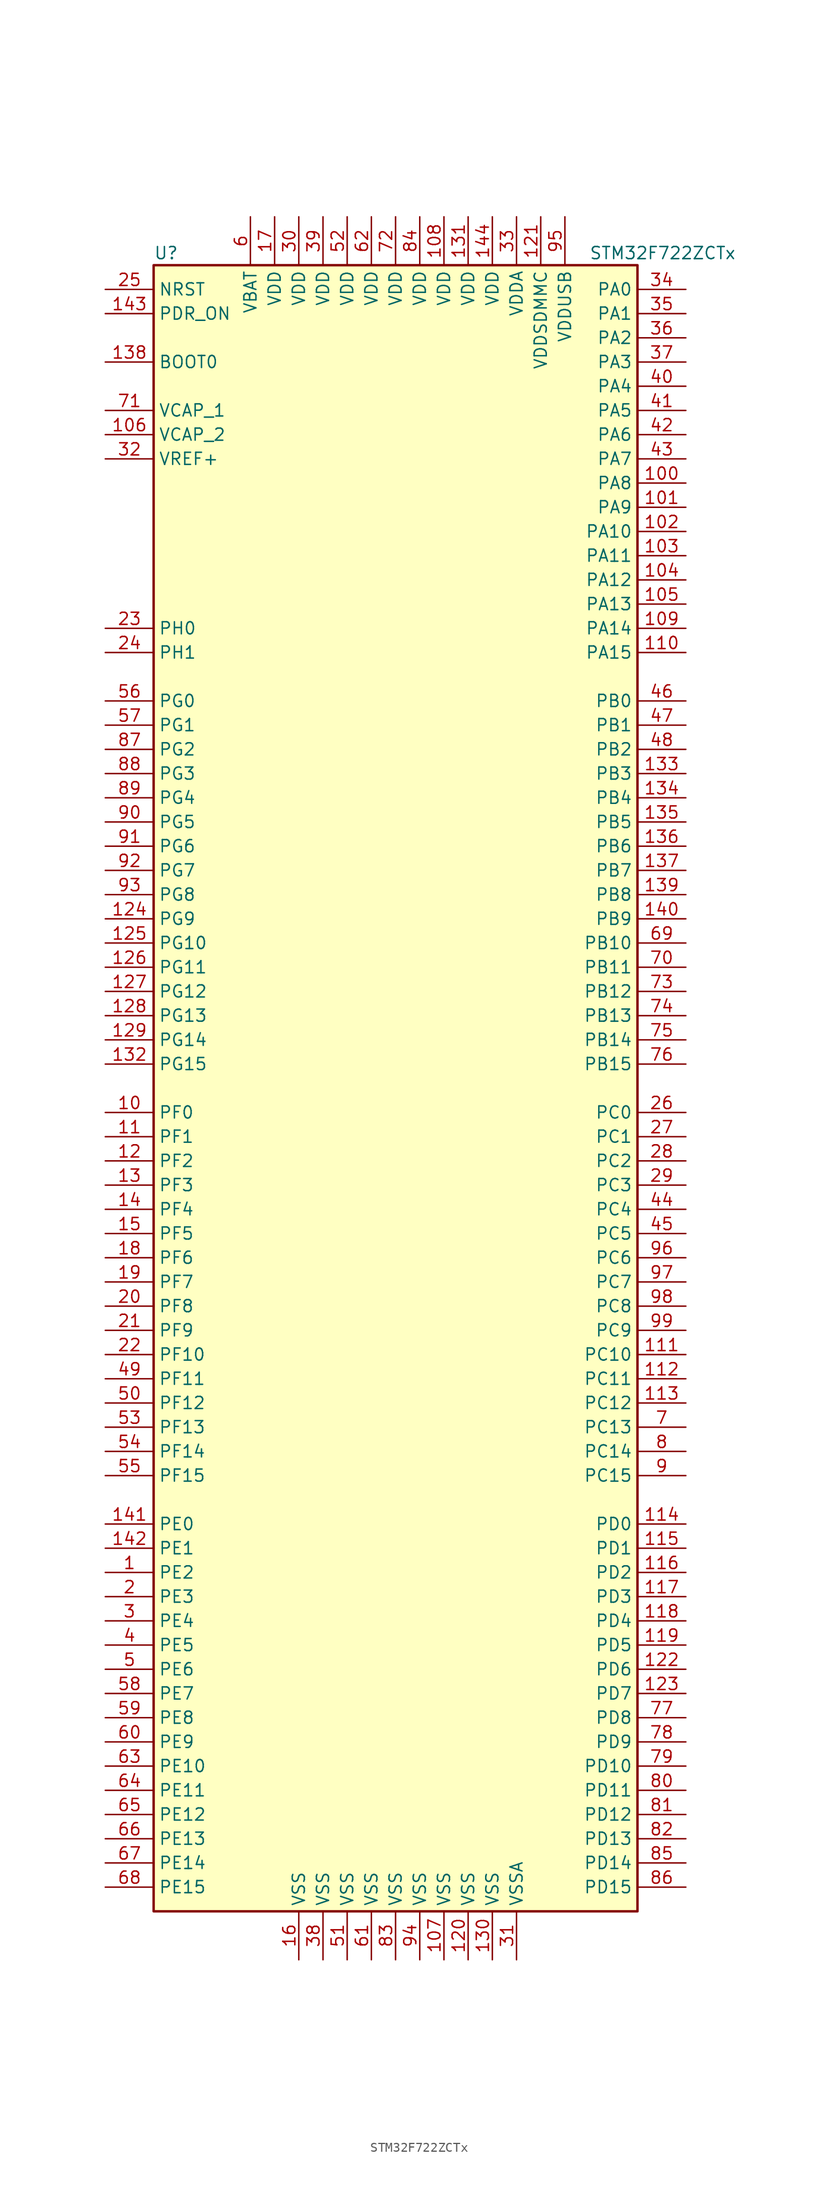
<source format=kicad_sym>
(kicad_symbol_lib
  (version 20220914)
  (generator kicad_symbol_editor)
  (symbol "STM32F722ZCTx"
    (property "Reference" "U"
      (at -25.4 87.63 0)
      (effects (font (size 1.27 1.27)) (justify left)))
    (property "Value" "STM32F722ZCTx"
      (at 20.32 87.63 0)
      (effects (font (size 1.27 1.27)) (justify left)))
    (symbol "STM32F722ZCTx_0_1"
      (rectangle (start -25.4 -86.36) (end 25.4 86.36) (stroke (width 0.254) (type default)) (fill (type background))))
    (symbol "STM32F722ZCTx_1_1"
      (pin bidirectional line (at -30.48 -50.8 0) (length 5.08) (name "PE2" (effects (font (size 1.27 1.27)))) (number "1" (effects (font (size 1.27 1.27)))))
      (pin bidirectional line (at -30.48 -2.54 0) (length 5.08) (name "PF0" (effects (font (size 1.27 1.27)))) (number "10" (effects (font (size 1.27 1.27)))))
      (pin bidirectional line (at 30.48 63.5 180) (length 5.08) (name "PA8" (effects (font (size 1.27 1.27)))) (number "100" (effects (font (size 1.27 1.27)))))
      (pin bidirectional line (at 30.48 60.96 180) (length 5.08) (name "PA9" (effects (font (size 1.27 1.27)))) (number "101" (effects (font (size 1.27 1.27)))))
      (pin bidirectional line (at 30.48 58.42 180) (length 5.08) (name "PA10" (effects (font (size 1.27 1.27)))) (number "102" (effects (font (size 1.27 1.27)))))
      (pin bidirectional line (at 30.48 55.88 180) (length 5.08) (name "PA11" (effects (font (size 1.27 1.27)))) (number "103" (effects (font (size 1.27 1.27)))))
      (pin bidirectional line (at 30.48 53.34 180) (length 5.08) (name "PA12" (effects (font (size 1.27 1.27)))) (number "104" (effects (font (size 1.27 1.27)))))
      (pin bidirectional line (at 30.48 50.8 180) (length 5.08) (name "PA13" (effects (font (size 1.27 1.27)))) (number "105" (effects (font (size 1.27 1.27)))))
      (pin power_in line (at -30.48 68.58 0) (length 5.08) (name "VCAP_2" (effects (font (size 1.27 1.27)))) (number "106" (effects (font (size 1.27 1.27)))))
      (pin power_in line (at 5.08 -91.44 90) (length 5.08) (name "VSS" (effects (font (size 1.27 1.27)))) (number "107" (effects (font (size 1.27 1.27)))))
      (pin power_in line (at 5.08 91.44 270) (length 5.08) (name "VDD" (effects (font (size 1.27 1.27)))) (number "108" (effects (font (size 1.27 1.27)))))
      (pin bidirectional line (at 30.48 48.26 180) (length 5.08) (name "PA14" (effects (font (size 1.27 1.27)))) (number "109" (effects (font (size 1.27 1.27)))))
      (pin bidirectional line (at -30.48 -5.08 0) (length 5.08) (name "PF1" (effects (font (size 1.27 1.27)))) (number "11" (effects (font (size 1.27 1.27)))))
      (pin bidirectional line (at 30.48 45.72 180) (length 5.08) (name "PA15" (effects (font (size 1.27 1.27)))) (number "110" (effects (font (size 1.27 1.27)))))
      (pin bidirectional line (at 30.48 -27.94 180) (length 5.08) (name "PC10" (effects (font (size 1.27 1.27)))) (number "111" (effects (font (size 1.27 1.27)))))
      (pin bidirectional line (at 30.48 -30.48 180) (length 5.08) (name "PC11" (effects (font (size 1.27 1.27)))) (number "112" (effects (font (size 1.27 1.27)))))
      (pin bidirectional line (at 30.48 -33.02 180) (length 5.08) (name "PC12" (effects (font (size 1.27 1.27)))) (number "113" (effects (font (size 1.27 1.27)))))
      (pin bidirectional line (at 30.48 -45.72 180) (length 5.08) (name "PD0" (effects (font (size 1.27 1.27)))) (number "114" (effects (font (size 1.27 1.27)))))
      (pin bidirectional line (at 30.48 -48.26 180) (length 5.08) (name "PD1" (effects (font (size 1.27 1.27)))) (number "115" (effects (font (size 1.27 1.27)))))
      (pin bidirectional line (at 30.48 -50.8 180) (length 5.08) (name "PD2" (effects (font (size 1.27 1.27)))) (number "116" (effects (font (size 1.27 1.27)))))
      (pin bidirectional line (at 30.48 -53.34 180) (length 5.08) (name "PD3" (effects (font (size 1.27 1.27)))) (number "117" (effects (font (size 1.27 1.27)))))
      (pin bidirectional line (at 30.48 -55.88 180) (length 5.08) (name "PD4" (effects (font (size 1.27 1.27)))) (number "118" (effects (font (size 1.27 1.27)))))
      (pin bidirectional line (at 30.48 -58.42 180) (length 5.08) (name "PD5" (effects (font (size 1.27 1.27)))) (number "119" (effects (font (size 1.27 1.27)))))
      (pin bidirectional line (at -30.48 -7.62 0) (length 5.08) (name "PF2" (effects (font (size 1.27 1.27)))) (number "12" (effects (font (size 1.27 1.27)))))
      (pin power_in line (at 7.62 -91.44 90) (length 5.08) (name "VSS" (effects (font (size 1.27 1.27)))) (number "120" (effects (font (size 1.27 1.27)))))
      (pin power_in line (at 15.24 91.44 270) (length 5.08) (name "VDDSDMMC" (effects (font (size 1.27 1.27)))) (number "121" (effects (font (size 1.27 1.27)))))
      (pin bidirectional line (at 30.48 -60.96 180) (length 5.08) (name "PD6" (effects (font (size 1.27 1.27)))) (number "122" (effects (font (size 1.27 1.27)))))
      (pin bidirectional line (at 30.48 -63.5 180) (length 5.08) (name "PD7" (effects (font (size 1.27 1.27)))) (number "123" (effects (font (size 1.27 1.27)))))
      (pin bidirectional line (at -30.48 17.78 0) (length 5.08) (name "PG9" (effects (font (size 1.27 1.27)))) (number "124" (effects (font (size 1.27 1.27)))))
      (pin bidirectional line (at -30.48 15.24 0) (length 5.08) (name "PG10" (effects (font (size 1.27 1.27)))) (number "125" (effects (font (size 1.27 1.27)))))
      (pin bidirectional line (at -30.48 12.7 0) (length 5.08) (name "PG11" (effects (font (size 1.27 1.27)))) (number "126" (effects (font (size 1.27 1.27)))))
      (pin bidirectional line (at -30.48 10.16 0) (length 5.08) (name "PG12" (effects (font (size 1.27 1.27)))) (number "127" (effects (font (size 1.27 1.27)))))
      (pin bidirectional line (at -30.48 7.62 0) (length 5.08) (name "PG13" (effects (font (size 1.27 1.27)))) (number "128" (effects (font (size 1.27 1.27)))))
      (pin bidirectional line (at -30.48 5.08 0) (length 5.08) (name "PG14" (effects (font (size 1.27 1.27)))) (number "129" (effects (font (size 1.27 1.27)))))
      (pin bidirectional line (at -30.48 -10.16 0) (length 5.08) (name "PF3" (effects (font (size 1.27 1.27)))) (number "13" (effects (font (size 1.27 1.27)))))
      (pin power_in line (at 10.16 -91.44 90) (length 5.08) (name "VSS" (effects (font (size 1.27 1.27)))) (number "130" (effects (font (size 1.27 1.27)))))
      (pin power_in line (at 7.62 91.44 270) (length 5.08) (name "VDD" (effects (font (size 1.27 1.27)))) (number "131" (effects (font (size 1.27 1.27)))))
      (pin bidirectional line (at -30.48 2.54 0) (length 5.08) (name "PG15" (effects (font (size 1.27 1.27)))) (number "132" (effects (font (size 1.27 1.27)))))
      (pin bidirectional line (at 30.48 33.02 180) (length 5.08) (name "PB3" (effects (font (size 1.27 1.27)))) (number "133" (effects (font (size 1.27 1.27)))))
      (pin bidirectional line (at 30.48 30.48 180) (length 5.08) (name "PB4" (effects (font (size 1.27 1.27)))) (number "134" (effects (font (size 1.27 1.27)))))
      (pin bidirectional line (at 30.48 27.94 180) (length 5.08) (name "PB5" (effects (font (size 1.27 1.27)))) (number "135" (effects (font (size 1.27 1.27)))))
      (pin bidirectional line (at 30.48 25.4 180) (length 5.08) (name "PB6" (effects (font (size 1.27 1.27)))) (number "136" (effects (font (size 1.27 1.27)))))
      (pin bidirectional line (at 30.48 22.86 180) (length 5.08) (name "PB7" (effects (font (size 1.27 1.27)))) (number "137" (effects (font (size 1.27 1.27)))))
      (pin input line (at -30.48 76.2 0) (length 5.08) (name "BOOT0" (effects (font (size 1.27 1.27)))) (number "138" (effects (font (size 1.27 1.27)))))
      (pin bidirectional line (at 30.48 20.32 180) (length 5.08) (name "PB8" (effects (font (size 1.27 1.27)))) (number "139" (effects (font (size 1.27 1.27)))))
      (pin bidirectional line (at -30.48 -12.7 0) (length 5.08) (name "PF4" (effects (font (size 1.27 1.27)))) (number "14" (effects (font (size 1.27 1.27)))))
      (pin bidirectional line (at 30.48 17.78 180) (length 5.08) (name "PB9" (effects (font (size 1.27 1.27)))) (number "140" (effects (font (size 1.27 1.27)))))
      (pin bidirectional line (at -30.48 -45.72 0) (length 5.08) (name "PE0" (effects (font (size 1.27 1.27)))) (number "141" (effects (font (size 1.27 1.27)))))
      (pin bidirectional line (at -30.48 -48.26 0) (length 5.08) (name "PE1" (effects (font (size 1.27 1.27)))) (number "142" (effects (font (size 1.27 1.27)))))
      (pin input line (at -30.48 81.28 0) (length 5.08) (name "PDR_ON" (effects (font (size 1.27 1.27)))) (number "143" (effects (font (size 1.27 1.27)))))
      (pin power_in line (at 10.16 91.44 270) (length 5.08) (name "VDD" (effects (font (size 1.27 1.27)))) (number "144" (effects (font (size 1.27 1.27)))))
      (pin bidirectional line (at -30.48 -15.24 0) (length 5.08) (name "PF5" (effects (font (size 1.27 1.27)))) (number "15" (effects (font (size 1.27 1.27)))))
      (pin power_in line (at -10.16 -91.44 90) (length 5.08) (name "VSS" (effects (font (size 1.27 1.27)))) (number "16" (effects (font (size 1.27 1.27)))))
      (pin power_in line (at -12.7 91.44 270) (length 5.08) (name "VDD" (effects (font (size 1.27 1.27)))) (number "17" (effects (font (size 1.27 1.27)))))
      (pin bidirectional line (at -30.48 -17.78 0) (length 5.08) (name "PF6" (effects (font (size 1.27 1.27)))) (number "18" (effects (font (size 1.27 1.27)))))
      (pin bidirectional line (at -30.48 -20.32 0) (length 5.08) (name "PF7" (effects (font (size 1.27 1.27)))) (number "19" (effects (font (size 1.27 1.27)))))
      (pin bidirectional line (at -30.48 -53.34 0) (length 5.08) (name "PE3" (effects (font (size 1.27 1.27)))) (number "2" (effects (font (size 1.27 1.27)))))
      (pin bidirectional line (at -30.48 -22.86 0) (length 5.08) (name "PF8" (effects (font (size 1.27 1.27)))) (number "20" (effects (font (size 1.27 1.27)))))
      (pin bidirectional line (at -30.48 -25.4 0) (length 5.08) (name "PF9" (effects (font (size 1.27 1.27)))) (number "21" (effects (font (size 1.27 1.27)))))
      (pin bidirectional line (at -30.48 -27.94 0) (length 5.08) (name "PF10" (effects (font (size 1.27 1.27)))) (number "22" (effects (font (size 1.27 1.27)))))
      (pin input line (at -30.48 48.26 0) (length 5.08) (name "PH0" (effects (font (size 1.27 1.27)))) (number "23" (effects (font (size 1.27 1.27)))))
      (pin input line (at -30.48 45.72 0) (length 5.08) (name "PH1" (effects (font (size 1.27 1.27)))) (number "24" (effects (font (size 1.27 1.27)))))
      (pin input line (at -30.48 83.82 0) (length 5.08) (name "NRST" (effects (font (size 1.27 1.27)))) (number "25" (effects (font (size 1.27 1.27)))))
      (pin bidirectional line (at 30.48 -2.54 180) (length 5.08) (name "PC0" (effects (font (size 1.27 1.27)))) (number "26" (effects (font (size 1.27 1.27)))))
      (pin bidirectional line (at 30.48 -5.08 180) (length 5.08) (name "PC1" (effects (font (size 1.27 1.27)))) (number "27" (effects (font (size 1.27 1.27)))))
      (pin bidirectional line (at 30.48 -7.62 180) (length 5.08) (name "PC2" (effects (font (size 1.27 1.27)))) (number "28" (effects (font (size 1.27 1.27)))))
      (pin bidirectional line (at 30.48 -10.16 180) (length 5.08) (name "PC3" (effects (font (size 1.27 1.27)))) (number "29" (effects (font (size 1.27 1.27)))))
      (pin bidirectional line (at -30.48 -55.88 0) (length 5.08) (name "PE4" (effects (font (size 1.27 1.27)))) (number "3" (effects (font (size 1.27 1.27)))))
      (pin power_in line (at -10.16 91.44 270) (length 5.08) (name "VDD" (effects (font (size 1.27 1.27)))) (number "30" (effects (font (size 1.27 1.27)))))
      (pin power_in line (at 12.7 -91.44 90) (length 5.08) (name "VSSA" (effects (font (size 1.27 1.27)))) (number "31" (effects (font (size 1.27 1.27)))))
      (pin power_in line (at -30.48 66.04 0) (length 5.08) (name "VREF+" (effects (font (size 1.27 1.27)))) (number "32" (effects (font (size 1.27 1.27)))))
      (pin power_in line (at 12.7 91.44 270) (length 5.08) (name "VDDA" (effects (font (size 1.27 1.27)))) (number "33" (effects (font (size 1.27 1.27)))))
      (pin bidirectional line (at 30.48 83.82 180) (length 5.08) (name "PA0" (effects (font (size 1.27 1.27)))) (number "34" (effects (font (size 1.27 1.27)))))
      (pin bidirectional line (at 30.48 81.28 180) (length 5.08) (name "PA1" (effects (font (size 1.27 1.27)))) (number "35" (effects (font (size 1.27 1.27)))))
      (pin bidirectional line (at 30.48 78.74 180) (length 5.08) (name "PA2" (effects (font (size 1.27 1.27)))) (number "36" (effects (font (size 1.27 1.27)))))
      (pin bidirectional line (at 30.48 76.2 180) (length 5.08) (name "PA3" (effects (font (size 1.27 1.27)))) (number "37" (effects (font (size 1.27 1.27)))))
      (pin power_in line (at -7.62 -91.44 90) (length 5.08) (name "VSS" (effects (font (size 1.27 1.27)))) (number "38" (effects (font (size 1.27 1.27)))))
      (pin power_in line (at -7.62 91.44 270) (length 5.08) (name "VDD" (effects (font (size 1.27 1.27)))) (number "39" (effects (font (size 1.27 1.27)))))
      (pin bidirectional line (at -30.48 -58.42 0) (length 5.08) (name "PE5" (effects (font (size 1.27 1.27)))) (number "4" (effects (font (size 1.27 1.27)))))
      (pin bidirectional line (at 30.48 73.66 180) (length 5.08) (name "PA4" (effects (font (size 1.27 1.27)))) (number "40" (effects (font (size 1.27 1.27)))))
      (pin bidirectional line (at 30.48 71.12 180) (length 5.08) (name "PA5" (effects (font (size 1.27 1.27)))) (number "41" (effects (font (size 1.27 1.27)))))
      (pin bidirectional line (at 30.48 68.58 180) (length 5.08) (name "PA6" (effects (font (size 1.27 1.27)))) (number "42" (effects (font (size 1.27 1.27)))))
      (pin bidirectional line (at 30.48 66.04 180) (length 5.08) (name "PA7" (effects (font (size 1.27 1.27)))) (number "43" (effects (font (size 1.27 1.27)))))
      (pin bidirectional line (at 30.48 -12.7 180) (length 5.08) (name "PC4" (effects (font (size 1.27 1.27)))) (number "44" (effects (font (size 1.27 1.27)))))
      (pin bidirectional line (at 30.48 -15.24 180) (length 5.08) (name "PC5" (effects (font (size 1.27 1.27)))) (number "45" (effects (font (size 1.27 1.27)))))
      (pin bidirectional line (at 30.48 40.64 180) (length 5.08) (name "PB0" (effects (font (size 1.27 1.27)))) (number "46" (effects (font (size 1.27 1.27)))))
      (pin bidirectional line (at 30.48 38.1 180) (length 5.08) (name "PB1" (effects (font (size 1.27 1.27)))) (number "47" (effects (font (size 1.27 1.27)))))
      (pin bidirectional line (at 30.48 35.56 180) (length 5.08) (name "PB2" (effects (font (size 1.27 1.27)))) (number "48" (effects (font (size 1.27 1.27)))))
      (pin bidirectional line (at -30.48 -30.48 0) (length 5.08) (name "PF11" (effects (font (size 1.27 1.27)))) (number "49" (effects (font (size 1.27 1.27)))))
      (pin bidirectional line (at -30.48 -60.96 0) (length 5.08) (name "PE6" (effects (font (size 1.27 1.27)))) (number "5" (effects (font (size 1.27 1.27)))))
      (pin bidirectional line (at -30.48 -33.02 0) (length 5.08) (name "PF12" (effects (font (size 1.27 1.27)))) (number "50" (effects (font (size 1.27 1.27)))))
      (pin power_in line (at -5.08 -91.44 90) (length 5.08) (name "VSS" (effects (font (size 1.27 1.27)))) (number "51" (effects (font (size 1.27 1.27)))))
      (pin power_in line (at -5.08 91.44 270) (length 5.08) (name "VDD" (effects (font (size 1.27 1.27)))) (number "52" (effects (font (size 1.27 1.27)))))
      (pin bidirectional line (at -30.48 -35.56 0) (length 5.08) (name "PF13" (effects (font (size 1.27 1.27)))) (number "53" (effects (font (size 1.27 1.27)))))
      (pin bidirectional line (at -30.48 -38.1 0) (length 5.08) (name "PF14" (effects (font (size 1.27 1.27)))) (number "54" (effects (font (size 1.27 1.27)))))
      (pin bidirectional line (at -30.48 -40.64 0) (length 5.08) (name "PF15" (effects (font (size 1.27 1.27)))) (number "55" (effects (font (size 1.27 1.27)))))
      (pin bidirectional line (at -30.48 40.64 0) (length 5.08) (name "PG0" (effects (font (size 1.27 1.27)))) (number "56" (effects (font (size 1.27 1.27)))))
      (pin bidirectional line (at -30.48 38.1 0) (length 5.08) (name "PG1" (effects (font (size 1.27 1.27)))) (number "57" (effects (font (size 1.27 1.27)))))
      (pin bidirectional line (at -30.48 -63.5 0) (length 5.08) (name "PE7" (effects (font (size 1.27 1.27)))) (number "58" (effects (font (size 1.27 1.27)))))
      (pin bidirectional line (at -30.48 -66.04 0) (length 5.08) (name "PE8" (effects (font (size 1.27 1.27)))) (number "59" (effects (font (size 1.27 1.27)))))
      (pin power_in line (at -15.24 91.44 270) (length 5.08) (name "VBAT" (effects (font (size 1.27 1.27)))) (number "6" (effects (font (size 1.27 1.27)))))
      (pin bidirectional line (at -30.48 -68.58 0) (length 5.08) (name "PE9" (effects (font (size 1.27 1.27)))) (number "60" (effects (font (size 1.27 1.27)))))
      (pin power_in line (at -2.54 -91.44 90) (length 5.08) (name "VSS" (effects (font (size 1.27 1.27)))) (number "61" (effects (font (size 1.27 1.27)))))
      (pin power_in line (at -2.54 91.44 270) (length 5.08) (name "VDD" (effects (font (size 1.27 1.27)))) (number "62" (effects (font (size 1.27 1.27)))))
      (pin bidirectional line (at -30.48 -71.12 0) (length 5.08) (name "PE10" (effects (font (size 1.27 1.27)))) (number "63" (effects (font (size 1.27 1.27)))))
      (pin bidirectional line (at -30.48 -73.66 0) (length 5.08) (name "PE11" (effects (font (size 1.27 1.27)))) (number "64" (effects (font (size 1.27 1.27)))))
      (pin bidirectional line (at -30.48 -76.2 0) (length 5.08) (name "PE12" (effects (font (size 1.27 1.27)))) (number "65" (effects (font (size 1.27 1.27)))))
      (pin bidirectional line (at -30.48 -78.74 0) (length 5.08) (name "PE13" (effects (font (size 1.27 1.27)))) (number "66" (effects (font (size 1.27 1.27)))))
      (pin bidirectional line (at -30.48 -81.28 0) (length 5.08) (name "PE14" (effects (font (size 1.27 1.27)))) (number "67" (effects (font (size 1.27 1.27)))))
      (pin bidirectional line (at -30.48 -83.82 0) (length 5.08) (name "PE15" (effects (font (size 1.27 1.27)))) (number "68" (effects (font (size 1.27 1.27)))))
      (pin bidirectional line (at 30.48 15.24 180) (length 5.08) (name "PB10" (effects (font (size 1.27 1.27)))) (number "69" (effects (font (size 1.27 1.27)))))
      (pin bidirectional line (at 30.48 -35.56 180) (length 5.08) (name "PC13" (effects (font (size 1.27 1.27)))) (number "7" (effects (font (size 1.27 1.27)))))
      (pin bidirectional line (at 30.48 12.7 180) (length 5.08) (name "PB11" (effects (font (size 1.27 1.27)))) (number "70" (effects (font (size 1.27 1.27)))))
      (pin power_in line (at -30.48 71.12 0) (length 5.08) (name "VCAP_1" (effects (font (size 1.27 1.27)))) (number "71" (effects (font (size 1.27 1.27)))))
      (pin power_in line (at 0 91.44 270) (length 5.08) (name "VDD" (effects (font (size 1.27 1.27)))) (number "72" (effects (font (size 1.27 1.27)))))
      (pin bidirectional line (at 30.48 10.16 180) (length 5.08) (name "PB12" (effects (font (size 1.27 1.27)))) (number "73" (effects (font (size 1.27 1.27)))))
      (pin bidirectional line (at 30.48 7.62 180) (length 5.08) (name "PB13" (effects (font (size 1.27 1.27)))) (number "74" (effects (font (size 1.27 1.27)))))
      (pin bidirectional line (at 30.48 5.08 180) (length 5.08) (name "PB14" (effects (font (size 1.27 1.27)))) (number "75" (effects (font (size 1.27 1.27)))))
      (pin bidirectional line (at 30.48 2.54 180) (length 5.08) (name "PB15" (effects (font (size 1.27 1.27)))) (number "76" (effects (font (size 1.27 1.27)))))
      (pin bidirectional line (at 30.48 -66.04 180) (length 5.08) (name "PD8" (effects (font (size 1.27 1.27)))) (number "77" (effects (font (size 1.27 1.27)))))
      (pin bidirectional line (at 30.48 -68.58 180) (length 5.08) (name "PD9" (effects (font (size 1.27 1.27)))) (number "78" (effects (font (size 1.27 1.27)))))
      (pin bidirectional line (at 30.48 -71.12 180) (length 5.08) (name "PD10" (effects (font (size 1.27 1.27)))) (number "79" (effects (font (size 1.27 1.27)))))
      (pin bidirectional line (at 30.48 -38.1 180) (length 5.08) (name "PC14" (effects (font (size 1.27 1.27)))) (number "8" (effects (font (size 1.27 1.27)))))
      (pin bidirectional line (at 30.48 -73.66 180) (length 5.08) (name "PD11" (effects (font (size 1.27 1.27)))) (number "80" (effects (font (size 1.27 1.27)))))
      (pin bidirectional line (at 30.48 -76.2 180) (length 5.08) (name "PD12" (effects (font (size 1.27 1.27)))) (number "81" (effects (font (size 1.27 1.27)))))
      (pin bidirectional line (at 30.48 -78.74 180) (length 5.08) (name "PD13" (effects (font (size 1.27 1.27)))) (number "82" (effects (font (size 1.27 1.27)))))
      (pin power_in line (at 0 -91.44 90) (length 5.08) (name "VSS" (effects (font (size 1.27 1.27)))) (number "83" (effects (font (size 1.27 1.27)))))
      (pin power_in line (at 2.54 91.44 270) (length 5.08) (name "VDD" (effects (font (size 1.27 1.27)))) (number "84" (effects (font (size 1.27 1.27)))))
      (pin bidirectional line (at 30.48 -81.28 180) (length 5.08) (name "PD14" (effects (font (size 1.27 1.27)))) (number "85" (effects (font (size 1.27 1.27)))))
      (pin bidirectional line (at 30.48 -83.82 180) (length 5.08) (name "PD15" (effects (font (size 1.27 1.27)))) (number "86" (effects (font (size 1.27 1.27)))))
      (pin bidirectional line (at -30.48 35.56 0) (length 5.08) (name "PG2" (effects (font (size 1.27 1.27)))) (number "87" (effects (font (size 1.27 1.27)))))
      (pin bidirectional line (at -30.48 33.02 0) (length 5.08) (name "PG3" (effects (font (size 1.27 1.27)))) (number "88" (effects (font (size 1.27 1.27)))))
      (pin bidirectional line (at -30.48 30.48 0) (length 5.08) (name "PG4" (effects (font (size 1.27 1.27)))) (number "89" (effects (font (size 1.27 1.27)))))
      (pin bidirectional line (at 30.48 -40.64 180) (length 5.08) (name "PC15" (effects (font (size 1.27 1.27)))) (number "9" (effects (font (size 1.27 1.27)))))
      (pin bidirectional line (at -30.48 27.94 0) (length 5.08) (name "PG5" (effects (font (size 1.27 1.27)))) (number "90" (effects (font (size 1.27 1.27)))))
      (pin bidirectional line (at -30.48 25.4 0) (length 5.08) (name "PG6" (effects (font (size 1.27 1.27)))) (number "91" (effects (font (size 1.27 1.27)))))
      (pin bidirectional line (at -30.48 22.86 0) (length 5.08) (name "PG7" (effects (font (size 1.27 1.27)))) (number "92" (effects (font (size 1.27 1.27)))))
      (pin bidirectional line (at -30.48 20.32 0) (length 5.08) (name "PG8" (effects (font (size 1.27 1.27)))) (number "93" (effects (font (size 1.27 1.27)))))
      (pin power_in line (at 2.54 -91.44 90) (length 5.08) (name "VSS" (effects (font (size 1.27 1.27)))) (number "94" (effects (font (size 1.27 1.27)))))
      (pin power_in line (at 17.78 91.44 270) (length 5.08) (name "VDDUSB" (effects (font (size 1.27 1.27)))) (number "95" (effects (font (size 1.27 1.27)))))
      (pin bidirectional line (at 30.48 -17.78 180) (length 5.08) (name "PC6" (effects (font (size 1.27 1.27)))) (number "96" (effects (font (size 1.27 1.27)))))
      (pin bidirectional line (at 30.48 -20.32 180) (length 5.08) (name "PC7" (effects (font (size 1.27 1.27)))) (number "97" (effects (font (size 1.27 1.27)))))
      (pin bidirectional line (at 30.48 -22.86 180) (length 5.08) (name "PC8" (effects (font (size 1.27 1.27)))) (number "98" (effects (font (size 1.27 1.27)))))
      (pin bidirectional line (at 30.48 -25.4 180) (length 5.08) (name "PC9" (effects (font (size 1.27 1.27)))) (number "99" (effects (font (size 1.27 1.27))))))))
</source>
